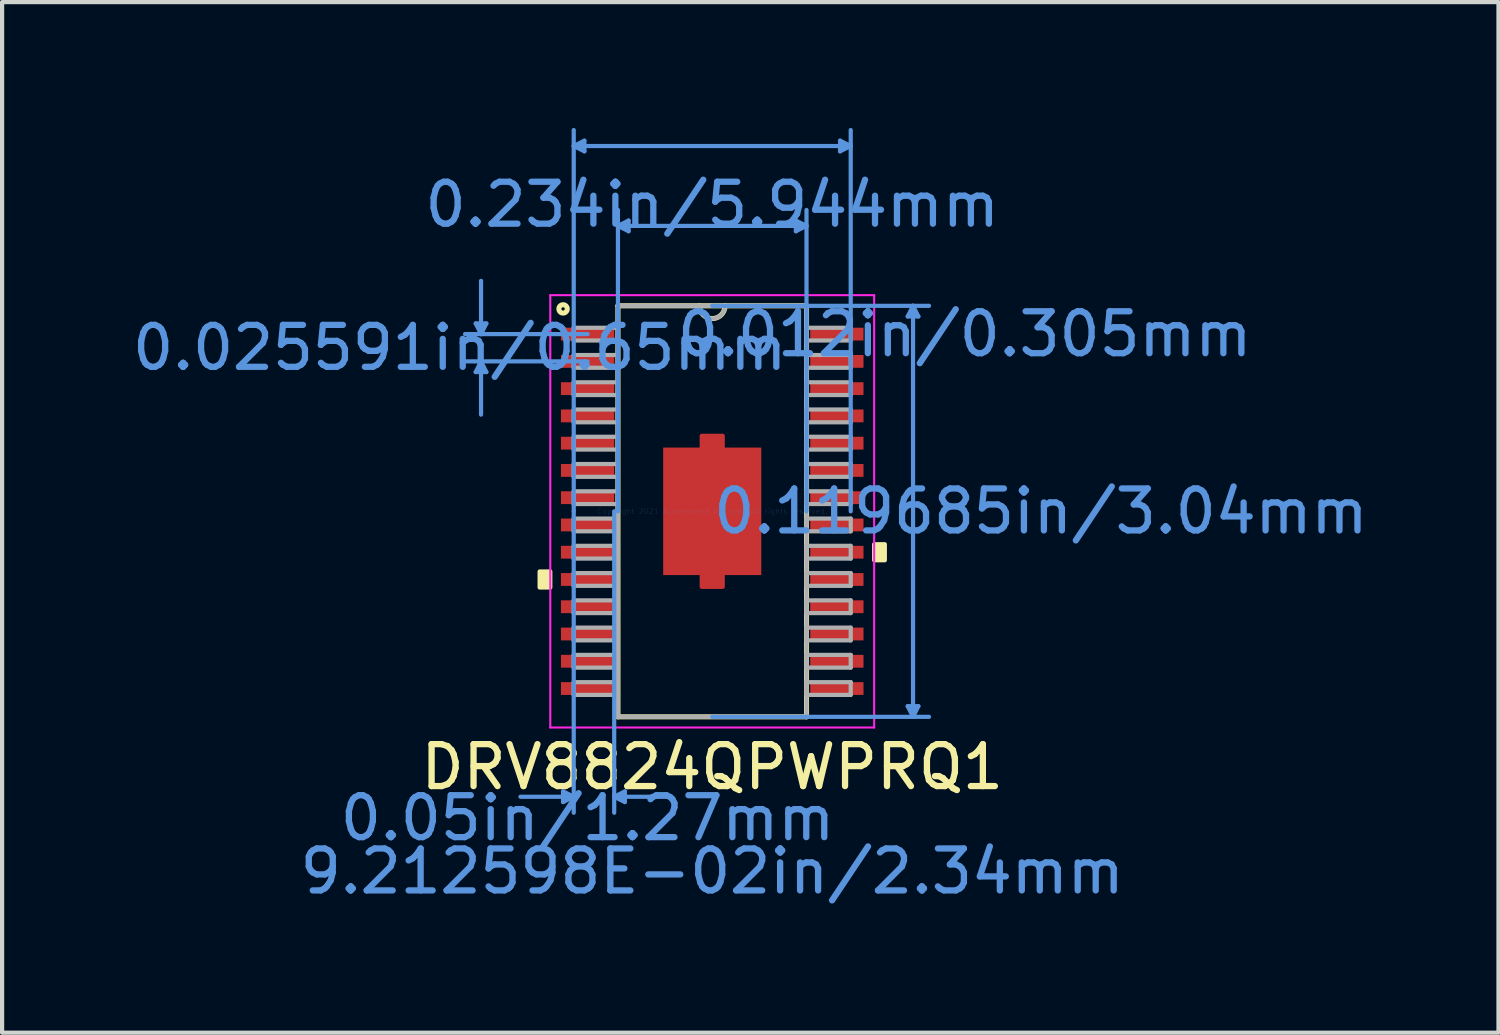
<source format=kicad_pcb>
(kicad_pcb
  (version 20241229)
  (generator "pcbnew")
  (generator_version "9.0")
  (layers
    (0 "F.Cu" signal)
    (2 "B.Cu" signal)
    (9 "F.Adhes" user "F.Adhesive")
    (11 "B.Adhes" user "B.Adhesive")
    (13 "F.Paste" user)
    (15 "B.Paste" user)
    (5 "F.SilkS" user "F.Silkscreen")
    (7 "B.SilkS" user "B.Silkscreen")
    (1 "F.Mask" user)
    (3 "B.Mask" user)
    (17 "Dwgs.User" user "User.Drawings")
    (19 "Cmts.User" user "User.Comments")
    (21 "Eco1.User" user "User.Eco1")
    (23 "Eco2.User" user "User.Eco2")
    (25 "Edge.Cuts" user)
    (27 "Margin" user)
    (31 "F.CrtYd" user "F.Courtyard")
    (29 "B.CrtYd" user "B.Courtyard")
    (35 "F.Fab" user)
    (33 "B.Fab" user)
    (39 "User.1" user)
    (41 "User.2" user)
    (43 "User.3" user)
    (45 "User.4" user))
  (footprint "DRV8824QPWPRQ1"
    (layer "F.Cu")
    (at 13.931 9.141)
    (property "Reference" "DRV8824QPWPRQ1" (at 0 6.096 0) (layer "F.SilkS") (effects (font (size 1 1) (thickness 0.15))))
    (attr through_hole)
    (fp_poly (pts (xy -0.25 -1.52) (xy -0.25 -1.8) (xy 0.25 -1.8) (xy 0.25 -1.52)) (stroke (width 0.1) (type solid)) (fill yes) (layer "F.Cu"))
    (fp_poly (pts (xy -0.25 1.52) (xy -0.25 1.8) (xy 0.25 1.8) (xy 0.25 1.52)) (stroke (width 0.1) (type solid)) (fill yes) (layer "F.Cu"))
    (fp_poly (pts (xy -0.25 -1.52) (xy -0.25 -1.8) (xy 0.25 -1.8) (xy 0.25 -1.52)) (stroke (width 0.1) (type solid)) (fill yes) (layer "F.Mask"))
    (fp_poly (pts (xy -0.25 1.52) (xy -0.25 1.8) (xy 0.25 1.8) (xy 0.25 1.52)) (stroke (width 0.1) (type solid)) (fill yes) (layer "F.Mask"))
    (fp_line (start -2.248 -4.9) (end -2.248 4.9) (stroke (width 0.12) (type solid)) (layer "F.SilkS"))
    (fp_line (start -2.248 4.9) (end 2.248 4.9) (stroke (width 0.12) (type solid)) (layer "F.SilkS"))
    (fp_line (start 2.248 -4.9) (end -2.248 -4.9) (stroke (width 0.12) (type solid)) (layer "F.SilkS"))
    (fp_line (start 2.248 4.9) (end 2.248 -4.9) (stroke (width 0.12) (type solid)) (layer "F.SilkS"))
    (fp_arc (start 0.3048 -4.900003) (mid 0 -4.595203) (end -0.3048 -4.900003) (stroke (width 0.12) (type solid)) (layer "F.SilkS"))
    (fp_circle (center -3.556 -4.826) (end -3.456 -4.826) (stroke (width 0.12) (type solid)) (fill no) (layer "F.SilkS"))
    (fp_poly (pts (xy -4.115 1.435) (xy -4.115 1.816) (xy -3.861 1.816) (xy -3.861 1.435)) (stroke (width 0.1) (type solid)) (fill yes) (layer "F.SilkS"))
    (fp_poly (pts (xy 4.115 0.785) (xy 4.115 1.166) (xy 3.861 1.166) (xy 3.861 0.785)) (stroke (width 0.1) (type solid)) (fill yes) (layer "F.SilkS"))
    (fp_line (start -5.639 -4.479) (end -5.385 -4.479) (stroke (width 0.1) (type solid)) (layer "Cmts.User"))
    (fp_line (start -5.639 -3.321) (end -5.385 -3.321) (stroke (width 0.1) (type solid)) (layer "Cmts.User"))
    (fp_line (start -5.512 -4.225) (end -5.639 -4.479) (stroke (width 0.1) (type solid)) (layer "Cmts.User"))
    (fp_line (start -5.512 -4.225) (end -5.512 -5.495) (stroke (width 0.1) (type solid)) (layer "Cmts.User"))
    (fp_line (start -5.512 -4.225) (end -5.385 -4.479) (stroke (width 0.1) (type solid)) (layer "Cmts.User"))
    (fp_line (start -5.512 -3.575) (end -5.639 -3.321) (stroke (width 0.1) (type solid)) (layer "Cmts.User"))
    (fp_line (start -5.512 -3.575) (end -5.512 -2.305) (stroke (width 0.1) (type solid)) (layer "Cmts.User"))
    (fp_line (start -5.512 -3.575) (end -5.385 -3.321) (stroke (width 0.1) (type solid)) (layer "Cmts.User"))
    (fp_line (start -3.556 6.678) (end -3.556 6.932) (stroke (width 0.1) (type solid)) (layer "Cmts.User"))
    (fp_line (start -3.302 -8.71) (end -3.048 -8.837) (stroke (width 0.1) (type solid)) (layer "Cmts.User"))
    (fp_line (start -3.302 -8.71) (end -3.048 -8.583) (stroke (width 0.1) (type solid)) (layer "Cmts.User"))
    (fp_line (start -3.302 -8.71) (end 3.302 -8.71) (stroke (width 0.1) (type solid)) (layer "Cmts.User"))
    (fp_line (start -3.302 0) (end -3.302 -9.091) (stroke (width 0.1) (type solid)) (layer "Cmts.User"))
    (fp_line (start -3.302 0) (end -3.302 7.186) (stroke (width 0.1) (type solid)) (layer "Cmts.User"))
    (fp_line (start -3.302 6.805) (end -4.572 6.805) (stroke (width 0.1) (type solid)) (layer "Cmts.User"))
    (fp_line (start -3.302 6.805) (end -3.556 6.678) (stroke (width 0.1) (type solid)) (layer "Cmts.User"))
    (fp_line (start -3.302 6.805) (end -3.556 6.932) (stroke (width 0.1) (type solid)) (layer "Cmts.User"))
    (fp_line (start -3.048 -8.837) (end -3.048 -8.583) (stroke (width 0.1) (type solid)) (layer "Cmts.User"))
    (fp_line (start -2.972 -4.225) (end -5.893 -4.225) (stroke (width 0.1) (type solid)) (layer "Cmts.User"))
    (fp_line (start -2.972 -3.575) (end -5.893 -3.575) (stroke (width 0.1) (type solid)) (layer "Cmts.User"))
    (fp_line (start -2.337 0) (end -2.337 7.186) (stroke (width 0.1) (type solid)) (layer "Cmts.User"))
    (fp_line (start -2.337 6.805) (end -2.083 6.678) (stroke (width 0.1) (type solid)) (layer "Cmts.User"))
    (fp_line (start -2.337 6.805) (end -2.083 6.932) (stroke (width 0.1) (type solid)) (layer "Cmts.User"))
    (fp_line (start -2.337 6.805) (end -1.067 6.805) (stroke (width 0.1) (type solid)) (layer "Cmts.User"))
    (fp_line (start -2.248 -6.805) (end -1.994 -6.932) (stroke (width 0.1) (type solid)) (layer "Cmts.User"))
    (fp_line (start -2.248 -6.805) (end -1.994 -6.678) (stroke (width 0.1) (type solid)) (layer "Cmts.User"))
    (fp_line (start -2.248 -6.805) (end 2.248 -6.805) (stroke (width 0.1) (type solid)) (layer "Cmts.User"))
    (fp_line (start -2.248 0) (end -2.248 -7.186) (stroke (width 0.1) (type solid)) (layer "Cmts.User"))
    (fp_line (start -2.083 6.678) (end -2.083 6.932) (stroke (width 0.1) (type solid)) (layer "Cmts.User"))
    (fp_line (start -1.994 -6.932) (end -1.994 -6.678) (stroke (width 0.1) (type solid)) (layer "Cmts.User"))
    (fp_line (start 0 -4.9) (end 5.169 -4.9) (stroke (width 0.1) (type solid)) (layer "Cmts.User"))
    (fp_line (start 0 4.9) (end 5.169 4.9) (stroke (width 0.1) (type solid)) (layer "Cmts.User"))
    (fp_line (start 1.994 -6.932) (end 1.994 -6.678) (stroke (width 0.1) (type solid)) (layer "Cmts.User"))
    (fp_line (start 2.248 -6.805) (end 1.994 -6.932) (stroke (width 0.1) (type solid)) (layer "Cmts.User"))
    (fp_line (start 2.248 -6.805) (end 1.994 -6.678) (stroke (width 0.1) (type solid)) (layer "Cmts.User"))
    (fp_line (start 2.248 0) (end 2.248 -7.186) (stroke (width 0.1) (type solid)) (layer "Cmts.User"))
    (fp_line (start 3.048 -8.837) (end 3.048 -8.583) (stroke (width 0.1) (type solid)) (layer "Cmts.User"))
    (fp_line (start 3.302 -8.71) (end 3.048 -8.837) (stroke (width 0.1) (type solid)) (layer "Cmts.User"))
    (fp_line (start 3.302 -8.71) (end 3.048 -8.583) (stroke (width 0.1) (type solid)) (layer "Cmts.User"))
    (fp_line (start 3.302 0) (end 3.302 -9.091) (stroke (width 0.1) (type solid)) (layer "Cmts.User"))
    (fp_line (start 4.661 -4.646) (end 4.915 -4.646) (stroke (width 0.1) (type solid)) (layer "Cmts.User"))
    (fp_line (start 4.661 4.646) (end 4.915 4.646) (stroke (width 0.1) (type solid)) (layer "Cmts.User"))
    (fp_line (start 4.788 -4.9) (end 4.661 -4.646) (stroke (width 0.1) (type solid)) (layer "Cmts.User"))
    (fp_line (start 4.788 -4.9) (end 4.788 4.9) (stroke (width 0.1) (type solid)) (layer "Cmts.User"))
    (fp_line (start 4.788 -4.9) (end 4.915 -4.646) (stroke (width 0.1) (type solid)) (layer "Cmts.User"))
    (fp_line (start 4.788 4.9) (end 4.661 4.646) (stroke (width 0.1) (type solid)) (layer "Cmts.User"))
    (fp_line (start 4.788 4.9) (end 4.915 4.646) (stroke (width 0.1) (type solid)) (layer "Cmts.User"))
    (fp_line (start -3.861 -5.154) (end 3.861 -5.154) (stroke (width 0.05) (type solid)) (layer "F.CrtYd"))
    (fp_line (start -3.861 5.154) (end -3.861 -5.154) (stroke (width 0.05) (type solid)) (layer "F.CrtYd"))
    (fp_line (start 3.861 -5.154) (end 3.861 5.154) (stroke (width 0.05) (type solid)) (layer "F.CrtYd"))
    (fp_line (start 3.861 5.154) (end -3.861 5.154) (stroke (width 0.05) (type solid)) (layer "F.CrtYd"))
    (fp_line (start -3.302 -4.377) (end -3.302 -4.073) (stroke (width 0.1) (type solid)) (layer "F.Fab"))
    (fp_line (start -3.302 -4.073) (end -2.248 -4.073) (stroke (width 0.1) (type solid)) (layer "F.Fab"))
    (fp_line (start -3.302 -3.727) (end -3.302 -3.423) (stroke (width 0.1) (type solid)) (layer "F.Fab"))
    (fp_line (start -3.302 -3.423) (end -2.248 -3.423) (stroke (width 0.1) (type solid)) (layer "F.Fab"))
    (fp_line (start -3.302 -3.077) (end -3.302 -2.773) (stroke (width 0.1) (type solid)) (layer "F.Fab"))
    (fp_line (start -3.302 -2.773) (end -2.248 -2.773) (stroke (width 0.1) (type solid)) (layer "F.Fab"))
    (fp_line (start -3.302 -2.427) (end -3.302 -2.123) (stroke (width 0.1) (type solid)) (layer "F.Fab"))
    (fp_line (start -3.302 -2.123) (end -2.248 -2.123) (stroke (width 0.1) (type solid)) (layer "F.Fab"))
    (fp_line (start -3.302 -1.777) (end -3.302 -1.473) (stroke (width 0.1) (type solid)) (layer "F.Fab"))
    (fp_line (start -3.302 -1.473) (end -2.248 -1.473) (stroke (width 0.1) (type solid)) (layer "F.Fab"))
    (fp_line (start -3.302 -1.127) (end -3.302 -0.823) (stroke (width 0.1) (type solid)) (layer "F.Fab"))
    (fp_line (start -3.302 -0.823) (end -2.248 -0.823) (stroke (width 0.1) (type solid)) (layer "F.Fab"))
    (fp_line (start -3.302 -0.477) (end -3.302 -0.173) (stroke (width 0.1) (type solid)) (layer "F.Fab"))
    (fp_line (start -3.302 -0.173) (end -2.248 -0.173) (stroke (width 0.1) (type solid)) (layer "F.Fab"))
    (fp_line (start -3.302 0.173) (end -3.302 0.477) (stroke (width 0.1) (type solid)) (layer "F.Fab"))
    (fp_line (start -3.302 0.477) (end -2.248 0.477) (stroke (width 0.1) (type solid)) (layer "F.Fab"))
    (fp_line (start -3.302 0.823) (end -3.302 1.127) (stroke (width 0.1) (type solid)) (layer "F.Fab"))
    (fp_line (start -3.302 1.127) (end -2.248 1.127) (stroke (width 0.1) (type solid)) (layer "F.Fab"))
    (fp_line (start -3.302 1.473) (end -3.302 1.777) (stroke (width 0.1) (type solid)) (layer "F.Fab"))
    (fp_line (start -3.302 1.777) (end -2.248 1.777) (stroke (width 0.1) (type solid)) (layer "F.Fab"))
    (fp_line (start -3.302 2.123) (end -3.302 2.427) (stroke (width 0.1) (type solid)) (layer "F.Fab"))
    (fp_line (start -3.302 2.427) (end -2.248 2.427) (stroke (width 0.1) (type solid)) (layer "F.Fab"))
    (fp_line (start -3.302 2.773) (end -3.302 3.077) (stroke (width 0.1) (type solid)) (layer "F.Fab"))
    (fp_line (start -3.302 3.077) (end -2.248 3.077) (stroke (width 0.1) (type solid)) (layer "F.Fab"))
    (fp_line (start -3.302 3.423) (end -3.302 3.727) (stroke (width 0.1) (type solid)) (layer "F.Fab"))
    (fp_line (start -3.302 3.727) (end -2.248 3.727) (stroke (width 0.1) (type solid)) (layer "F.Fab"))
    (fp_line (start -3.302 4.073) (end -3.302 4.377) (stroke (width 0.1) (type solid)) (layer "F.Fab"))
    (fp_line (start -3.302 4.377) (end -2.248 4.377) (stroke (width 0.1) (type solid)) (layer "F.Fab"))
    (fp_line (start -2.248 -4.9) (end -2.248 4.9) (stroke (width 0.1) (type solid)) (layer "F.Fab"))
    (fp_line (start -2.248 -4.377) (end -3.302 -4.377) (stroke (width 0.1) (type solid)) (layer "F.Fab"))
    (fp_line (start -2.248 -4.073) (end -2.248 -4.377) (stroke (width 0.1) (type solid)) (layer "F.Fab"))
    (fp_line (start -2.248 -3.727) (end -3.302 -3.727) (stroke (width 0.1) (type solid)) (layer "F.Fab"))
    (fp_line (start -2.248 -3.423) (end -2.248 -3.727) (stroke (width 0.1) (type solid)) (layer "F.Fab"))
    (fp_line (start -2.248 -3.077) (end -3.302 -3.077) (stroke (width 0.1) (type solid)) (layer "F.Fab"))
    (fp_line (start -2.248 -2.773) (end -2.248 -3.077) (stroke (width 0.1) (type solid)) (layer "F.Fab"))
    (fp_line (start -2.248 -2.427) (end -3.302 -2.427) (stroke (width 0.1) (type solid)) (layer "F.Fab"))
    (fp_line (start -2.248 -2.123) (end -2.248 -2.427) (stroke (width 0.1) (type solid)) (layer "F.Fab"))
    (fp_line (start -2.248 -1.777) (end -3.302 -1.777) (stroke (width 0.1) (type solid)) (layer "F.Fab"))
    (fp_line (start -2.248 -1.473) (end -2.248 -1.777) (stroke (width 0.1) (type solid)) (layer "F.Fab"))
    (fp_line (start -2.248 -1.127) (end -3.302 -1.127) (stroke (width 0.1) (type solid)) (layer "F.Fab"))
    (fp_line (start -2.248 -0.823) (end -2.248 -1.127) (stroke (width 0.1) (type solid)) (layer "F.Fab"))
    (fp_line (start -2.248 -0.477) (end -3.302 -0.477) (stroke (width 0.1) (type solid)) (layer "F.Fab"))
    (fp_line (start -2.248 -0.173) (end -2.248 -0.477) (stroke (width 0.1) (type solid)) (layer "F.Fab"))
    (fp_line (start -2.248 0.173) (end -3.302 0.173) (stroke (width 0.1) (type solid)) (layer "F.Fab"))
    (fp_line (start -2.248 0.477) (end -2.248 0.173) (stroke (width 0.1) (type solid)) (layer "F.Fab"))
    (fp_line (start -2.248 0.823) (end -3.302 0.823) (stroke (width 0.1) (type solid)) (layer "F.Fab"))
    (fp_line (start -2.248 1.127) (end -2.248 0.823) (stroke (width 0.1) (type solid)) (layer "F.Fab"))
    (fp_line (start -2.248 1.473) (end -3.302 1.473) (stroke (width 0.1) (type solid)) (layer "F.Fab"))
    (fp_line (start -2.248 1.777) (end -2.248 1.473) (stroke (width 0.1) (type solid)) (layer "F.Fab"))
    (fp_line (start -2.248 2.123) (end -3.302 2.123) (stroke (width 0.1) (type solid)) (layer "F.Fab"))
    (fp_line (start -2.248 2.427) (end -2.248 2.123) (stroke (width 0.1) (type solid)) (layer "F.Fab"))
    (fp_line (start -2.248 2.773) (end -3.302 2.773) (stroke (width 0.1) (type solid)) (layer "F.Fab"))
    (fp_line (start -2.248 3.077) (end -2.248 2.773) (stroke (width 0.1) (type solid)) (layer "F.Fab"))
    (fp_line (start -2.248 3.423) (end -3.302 3.423) (stroke (width 0.1) (type solid)) (layer "F.Fab"))
    (fp_line (start -2.248 3.727) (end -2.248 3.423) (stroke (width 0.1) (type solid)) (layer "F.Fab"))
    (fp_line (start -2.248 4.073) (end -3.302 4.073) (stroke (width 0.1) (type solid)) (layer "F.Fab"))
    (fp_line (start -2.248 4.377) (end -2.248 4.073) (stroke (width 0.1) (type solid)) (layer "F.Fab"))
    (fp_line (start -2.248 4.9) (end 2.248 4.9) (stroke (width 0.1) (type solid)) (layer "F.Fab"))
    (fp_line (start 2.248 -4.9) (end -2.248 -4.9) (stroke (width 0.1) (type solid)) (layer "F.Fab"))
    (fp_line (start 2.248 -4.377) (end 2.248 -4.073) (stroke (width 0.1) (type solid)) (layer "F.Fab"))
    (fp_line (start 2.248 -4.073) (end 3.302 -4.073) (stroke (width 0.1) (type solid)) (layer "F.Fab"))
    (fp_line (start 2.248 -3.727) (end 2.248 -3.423) (stroke (width 0.1) (type solid)) (layer "F.Fab"))
    (fp_line (start 2.248 -3.423) (end 3.302 -3.423) (stroke (width 0.1) (type solid)) (layer "F.Fab"))
    (fp_line (start 2.248 -3.077) (end 2.248 -2.773) (stroke (width 0.1) (type solid)) (layer "F.Fab"))
    (fp_line (start 2.248 -2.773) (end 3.302 -2.773) (stroke (width 0.1) (type solid)) (layer "F.Fab"))
    (fp_line (start 2.248 -2.427) (end 2.248 -2.123) (stroke (width 0.1) (type solid)) (layer "F.Fab"))
    (fp_line (start 2.248 -2.123) (end 3.302 -2.123) (stroke (width 0.1) (type solid)) (layer "F.Fab"))
    (fp_line (start 2.248 -1.777) (end 2.248 -1.473) (stroke (width 0.1) (type solid)) (layer "F.Fab"))
    (fp_line (start 2.248 -1.473) (end 3.302 -1.473) (stroke (width 0.1) (type solid)) (layer "F.Fab"))
    (fp_line (start 2.248 -1.127) (end 2.248 -0.823) (stroke (width 0.1) (type solid)) (layer "F.Fab"))
    (fp_line (start 2.248 -0.823) (end 3.302 -0.823) (stroke (width 0.1) (type solid)) (layer "F.Fab"))
    (fp_line (start 2.248 -0.477) (end 2.248 -0.173) (stroke (width 0.1) (type solid)) (layer "F.Fab"))
    (fp_line (start 2.248 -0.173) (end 3.302 -0.173) (stroke (width 0.1) (type solid)) (layer "F.Fab"))
    (fp_line (start 2.248 0.173) (end 2.248 0.477) (stroke (width 0.1) (type solid)) (layer "F.Fab"))
    (fp_line (start 2.248 0.477) (end 3.302 0.477) (stroke (width 0.1) (type solid)) (layer "F.Fab"))
    (fp_line (start 2.248 0.823) (end 2.248 1.127) (stroke (width 0.1) (type solid)) (layer "F.Fab"))
    (fp_line (start 2.248 1.127) (end 3.302 1.127) (stroke (width 0.1) (type solid)) (layer "F.Fab"))
    (fp_line (start 2.248 1.473) (end 2.248 1.777) (stroke (width 0.1) (type solid)) (layer "F.Fab"))
    (fp_line (start 2.248 1.777) (end 3.302 1.777) (stroke (width 0.1) (type solid)) (layer "F.Fab"))
    (fp_line (start 2.248 2.123) (end 2.248 2.427) (stroke (width 0.1) (type solid)) (layer "F.Fab"))
    (fp_line (start 2.248 2.427) (end 3.302 2.427) (stroke (width 0.1) (type solid)) (layer "F.Fab"))
    (fp_line (start 2.248 2.773) (end 2.248 3.077) (stroke (width 0.1) (type solid)) (layer "F.Fab"))
    (fp_line (start 2.248 3.077) (end 3.302 3.077) (stroke (width 0.1) (type solid)) (layer "F.Fab"))
    (fp_line (start 2.248 3.423) (end 2.248 3.727) (stroke (width 0.1) (type solid)) (layer "F.Fab"))
    (fp_line (start 2.248 3.727) (end 3.302 3.727) (stroke (width 0.1) (type solid)) (layer "F.Fab"))
    (fp_line (start 2.248 4.073) (end 2.248 4.377) (stroke (width 0.1) (type solid)) (layer "F.Fab"))
    (fp_line (start 2.248 4.377) (end 3.302 4.377) (stroke (width 0.1) (type solid)) (layer "F.Fab"))
    (fp_line (start 2.248 4.9) (end 2.248 -4.9) (stroke (width 0.1) (type solid)) (layer "F.Fab"))
    (fp_line (start 3.302 -4.377) (end 2.248 -4.377) (stroke (width 0.1) (type solid)) (layer "F.Fab"))
    (fp_line (start 3.302 -4.073) (end 3.302 -4.377) (stroke (width 0.1) (type solid)) (layer "F.Fab"))
    (fp_line (start 3.302 -3.727) (end 2.248 -3.727) (stroke (width 0.1) (type solid)) (layer "F.Fab"))
    (fp_line (start 3.302 -3.423) (end 3.302 -3.727) (stroke (width 0.1) (type solid)) (layer "F.Fab"))
    (fp_line (start 3.302 -3.077) (end 2.248 -3.077) (stroke (width 0.1) (type solid)) (layer "F.Fab"))
    (fp_line (start 3.302 -2.773) (end 3.302 -3.077) (stroke (width 0.1) (type solid)) (layer "F.Fab"))
    (fp_line (start 3.302 -2.427) (end 2.248 -2.427) (stroke (width 0.1) (type solid)) (layer "F.Fab"))
    (fp_line (start 3.302 -2.123) (end 3.302 -2.427) (stroke (width 0.1) (type solid)) (layer "F.Fab"))
    (fp_line (start 3.302 -1.777) (end 2.248 -1.777) (stroke (width 0.1) (type solid)) (layer "F.Fab"))
    (fp_line (start 3.302 -1.473) (end 3.302 -1.777) (stroke (width 0.1) (type solid)) (layer "F.Fab"))
    (fp_line (start 3.302 -1.127) (end 2.248 -1.127) (stroke (width 0.1) (type solid)) (layer "F.Fab"))
    (fp_line (start 3.302 -0.823) (end 3.302 -1.127) (stroke (width 0.1) (type solid)) (layer "F.Fab"))
    (fp_line (start 3.302 -0.477) (end 2.248 -0.477) (stroke (width 0.1) (type solid)) (layer "F.Fab"))
    (fp_line (start 3.302 -0.173) (end 3.302 -0.477) (stroke (width 0.1) (type solid)) (layer "F.Fab"))
    (fp_line (start 3.302 0.173) (end 2.248 0.173) (stroke (width 0.1) (type solid)) (layer "F.Fab"))
    (fp_line (start 3.302 0.477) (end 3.302 0.173) (stroke (width 0.1) (type solid)) (layer "F.Fab"))
    (fp_line (start 3.302 0.823) (end 2.248 0.823) (stroke (width 0.1) (type solid)) (layer "F.Fab"))
    (fp_line (start 3.302 1.127) (end 3.302 0.823) (stroke (width 0.1) (type solid)) (layer "F.Fab"))
    (fp_line (start 3.302 1.473) (end 2.248 1.473) (stroke (width 0.1) (type solid)) (layer "F.Fab"))
    (fp_line (start 3.302 1.777) (end 3.302 1.473) (stroke (width 0.1) (type solid)) (layer "F.Fab"))
    (fp_line (start 3.302 2.123) (end 2.248 2.123) (stroke (width 0.1) (type solid)) (layer "F.Fab"))
    (fp_line (start 3.302 2.427) (end 3.302 2.123) (stroke (width 0.1) (type solid)) (layer "F.Fab"))
    (fp_line (start 3.302 2.773) (end 2.248 2.773) (stroke (width 0.1) (type solid)) (layer "F.Fab"))
    (fp_line (start 3.302 3.077) (end 3.302 2.773) (stroke (width 0.1) (type solid)) (layer "F.Fab"))
    (fp_line (start 3.302 3.423) (end 2.248 3.423) (stroke (width 0.1) (type solid)) (layer "F.Fab"))
    (fp_line (start 3.302 3.727) (end 3.302 3.423) (stroke (width 0.1) (type solid)) (layer "F.Fab"))
    (fp_line (start 3.302 4.073) (end 2.248 4.073) (stroke (width 0.1) (type solid)) (layer "F.Fab"))
    (fp_line (start 3.302 4.377) (end 3.302 4.073) (stroke (width 0.1) (type solid)) (layer "F.Fab"))
    (fp_arc (start 0.3048 -4.900003) (mid 0 -4.595203) (end -0.3048 -4.900003) (stroke (width 0.1) (type solid)) (layer "F.Fab"))
    (fp_text user "0.05in/1.27mm" (at -2.972 7.313 0) (layer "Cmts.User") (effects (font (size 1 1) (thickness 0.15))))
    (fp_text user "0.119685in/3.04mm" (at 7.836 0 0) (layer "Cmts.User") (effects (font (size 1 1) (thickness 0.15))))
    (fp_text user "Copyright 2021 Accelerated Designs. All rights reserved." (at 0 0 0) (layer "Cmts.User") (effects (font (size 0.127 0.127) (thickness 0.002))))
    (fp_text user "9.212598E-02in/2.34mm" (at 0 8.583 0) (layer "Cmts.User") (effects (font (size 1 1) (thickness 0.15))))
    (fp_text user "0.234in/5.944mm" (at 0 -7.313 0) (layer "Cmts.User") (effects (font (size 1 1) (thickness 0.15))))
    (fp_text user "0.025591in/0.65mm" (at -6.02 -3.9 0) (layer "Cmts.User") (effects (font (size 1 1) (thickness 0.15))))
    (fp_text user "0.012in/0.305mm" (at 6.02 -4.225 0) (layer "Cmts.User") (effects (font (size 1 1) (thickness 0.15))))
    (pad "1" smd rect (at -2.972 -4.225) (size 1.27 0.305) (layers "F.Cu" "F.Mask" "F.Paste"))
    (pad "2" smd rect (at -2.972 -3.575) (size 1.27 0.305) (layers "F.Cu" "F.Mask" "F.Paste"))
    (pad "3" smd rect (at -2.972 -2.925) (size 1.27 0.305) (layers "F.Cu" "F.Mask" "F.Paste"))
    (pad "4" smd rect (at -2.972 -2.275) (size 1.27 0.305) (layers "F.Cu" "F.Mask" "F.Paste"))
    (pad "5" smd rect (at -2.972 -1.625) (size 1.27 0.305) (layers "F.Cu" "F.Mask" "F.Paste"))
    (pad "6" smd rect (at -2.972 -0.975) (size 1.27 0.305) (layers "F.Cu" "F.Mask" "F.Paste"))
    (pad "7" smd rect (at -2.972 -0.325) (size 1.27 0.305) (layers "F.Cu" "F.Mask" "F.Paste"))
    (pad "8" smd rect (at -2.972 0.325) (size 1.27 0.305) (layers "F.Cu" "F.Mask" "F.Paste"))
    (pad "9" smd rect (at -2.972 0.975) (size 1.27 0.305) (layers "F.Cu" "F.Mask" "F.Paste"))
    (pad "10" smd rect (at -2.972 1.625) (size 1.27 0.305) (layers "F.Cu" "F.Mask" "F.Paste"))
    (pad "11" smd rect (at -2.972 2.275) (size 1.27 0.305) (layers "F.Cu" "F.Mask" "F.Paste"))
    (pad "12" smd rect (at -2.972 2.925) (size 1.27 0.305) (layers "F.Cu" "F.Mask" "F.Paste"))
    (pad "13" smd rect (at -2.972 3.575) (size 1.27 0.305) (layers "F.Cu" "F.Mask" "F.Paste"))
    (pad "14" smd rect (at -2.972 4.225) (size 1.27 0.305) (layers "F.Cu" "F.Mask" "F.Paste"))
    (pad "15" smd rect (at 2.972 4.225) (size 1.27 0.305) (layers "F.Cu" "F.Mask" "F.Paste"))
    (pad "16" smd rect (at 2.972 3.575) (size 1.27 0.305) (layers "F.Cu" "F.Mask" "F.Paste"))
    (pad "17" smd rect (at 2.972 2.925) (size 1.27 0.305) (layers "F.Cu" "F.Mask" "F.Paste"))
    (pad "18" smd rect (at 2.972 2.275) (size 1.27 0.305) (layers "F.Cu" "F.Mask" "F.Paste"))
    (pad "19" smd rect (at 2.972 1.625) (size 1.27 0.305) (layers "F.Cu" "F.Mask" "F.Paste"))
    (pad "20" smd rect (at 2.972 0.975) (size 1.27 0.305) (layers "F.Cu" "F.Mask" "F.Paste"))
    (pad "21" smd rect (at 2.972 0.325) (size 1.27 0.305) (layers "F.Cu" "F.Mask" "F.Paste"))
    (pad "22" smd rect (at 2.972 -0.325) (size 1.27 0.305) (layers "F.Cu" "F.Mask" "F.Paste"))
    (pad "23" smd rect (at 2.972 -0.975) (size 1.27 0.305) (layers "F.Cu" "F.Mask" "F.Paste"))
    (pad "24" smd rect (at 2.972 -1.625) (size 1.27 0.305) (layers "F.Cu" "F.Mask" "F.Paste"))
    (pad "25" smd rect (at 2.972 -2.275) (size 1.27 0.305) (layers "F.Cu" "F.Mask" "F.Paste"))
    (pad "26" smd rect (at 2.972 -2.925) (size 1.27 0.305) (layers "F.Cu" "F.Mask" "F.Paste"))
    (pad "27" smd rect (at 2.972 -3.575) (size 1.27 0.305) (layers "F.Cu" "F.Mask" "F.Paste"))
    (pad "28" smd rect (at 2.972 -4.225) (size 1.27 0.305) (layers "F.Cu" "F.Mask" "F.Paste"))
    (pad "29" smd rect (at 0 0) (size 2.34 3.04) (layers "F.Cu" "F.Mask" "F.Paste")))
  (gr_rect
    (start -3 -3)
    (end 32.677 21.572)
    (stroke (width 0.1) (type default))
    (fill no)
    (layer "Edge.Cuts")))
</source>
